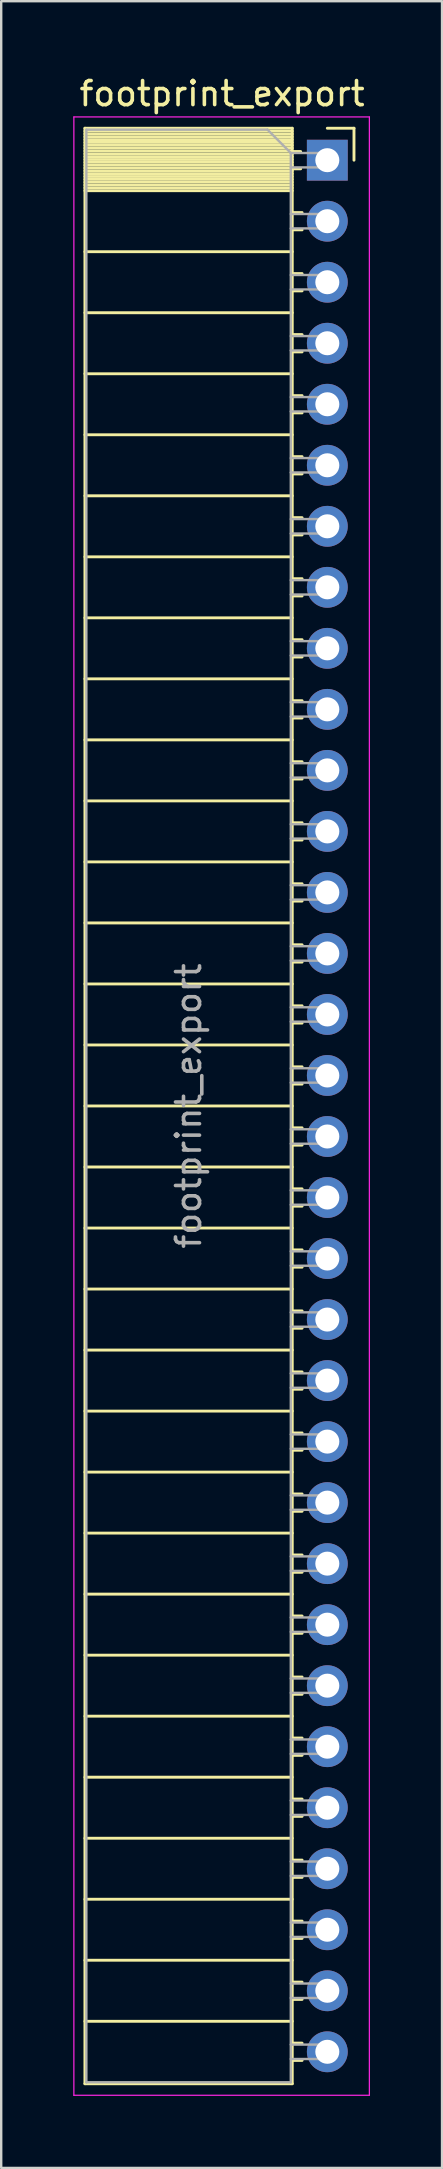
<source format=kicad_pcb>
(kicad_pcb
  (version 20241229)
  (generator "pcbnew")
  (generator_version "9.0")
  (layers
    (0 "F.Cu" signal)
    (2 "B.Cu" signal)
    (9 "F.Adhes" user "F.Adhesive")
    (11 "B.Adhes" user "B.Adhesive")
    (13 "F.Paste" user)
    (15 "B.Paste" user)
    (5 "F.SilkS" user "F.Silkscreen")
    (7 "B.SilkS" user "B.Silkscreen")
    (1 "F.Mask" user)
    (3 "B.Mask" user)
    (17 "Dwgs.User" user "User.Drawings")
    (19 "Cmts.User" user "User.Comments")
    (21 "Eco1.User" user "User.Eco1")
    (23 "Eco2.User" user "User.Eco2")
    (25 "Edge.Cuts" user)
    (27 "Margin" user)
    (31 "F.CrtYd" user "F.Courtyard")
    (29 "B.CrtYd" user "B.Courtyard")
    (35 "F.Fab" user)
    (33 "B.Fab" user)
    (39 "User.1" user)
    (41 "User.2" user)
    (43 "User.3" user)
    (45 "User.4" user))
  (footprint "footprint_export"
    (layer "F.Cu")
    (at 10.575 3.618)
    (property "Reference" "footprint_export" (at -4.38 -2.77 0) (layer "F.SilkS") (effects (font (size 1 1) (thickness 0.15))))
    (attr through_hole)
    (fp_line (start -10.09 -1.33) (end -10.09 80.07) (stroke (width 0.12) (type solid)) (layer "F.SilkS"))
    (fp_line (start -10.09 -1.33) (end -1.46 -1.33) (stroke (width 0.12) (type solid)) (layer "F.SilkS"))
    (fp_line (start -10.09 -1.21) (end -1.46 -1.21) (stroke (width 0.12) (type solid)) (layer "F.SilkS"))
    (fp_line (start -10.09 -1.092) (end -1.46 -1.092) (stroke (width 0.12) (type solid)) (layer "F.SilkS"))
    (fp_line (start -10.09 -0.974) (end -1.46 -0.974) (stroke (width 0.12) (type solid)) (layer "F.SilkS"))
    (fp_line (start -10.09 -0.856) (end -1.46 -0.856) (stroke (width 0.12) (type solid)) (layer "F.SilkS"))
    (fp_line (start -10.09 -0.738) (end -1.46 -0.738) (stroke (width 0.12) (type solid)) (layer "F.SilkS"))
    (fp_line (start -10.09 -0.62) (end -1.46 -0.62) (stroke (width 0.12) (type solid)) (layer "F.SilkS"))
    (fp_line (start -10.09 -0.501) (end -1.46 -0.501) (stroke (width 0.12) (type solid)) (layer "F.SilkS"))
    (fp_line (start -10.09 -0.383) (end -1.46 -0.383) (stroke (width 0.12) (type solid)) (layer "F.SilkS"))
    (fp_line (start -10.09 -0.265) (end -1.46 -0.265) (stroke (width 0.12) (type solid)) (layer "F.SilkS"))
    (fp_line (start -10.09 -0.147) (end -1.46 -0.147) (stroke (width 0.12) (type solid)) (layer "F.SilkS"))
    (fp_line (start -10.09 -0.029) (end -1.46 -0.029) (stroke (width 0.12) (type solid)) (layer "F.SilkS"))
    (fp_line (start -10.09 0.089) (end -1.46 0.089) (stroke (width 0.12) (type solid)) (layer "F.SilkS"))
    (fp_line (start -10.09 0.207) (end -1.46 0.207) (stroke (width 0.12) (type solid)) (layer "F.SilkS"))
    (fp_line (start -10.09 0.325) (end -1.46 0.325) (stroke (width 0.12) (type solid)) (layer "F.SilkS"))
    (fp_line (start -10.09 0.443) (end -1.46 0.443) (stroke (width 0.12) (type solid)) (layer "F.SilkS"))
    (fp_line (start -10.09 0.561) (end -1.46 0.561) (stroke (width 0.12) (type solid)) (layer "F.SilkS"))
    (fp_line (start -10.09 0.68) (end -1.46 0.68) (stroke (width 0.12) (type solid)) (layer "F.SilkS"))
    (fp_line (start -10.09 0.798) (end -1.46 0.798) (stroke (width 0.12) (type solid)) (layer "F.SilkS"))
    (fp_line (start -10.09 0.916) (end -1.46 0.916) (stroke (width 0.12) (type solid)) (layer "F.SilkS"))
    (fp_line (start -10.09 1.034) (end -1.46 1.034) (stroke (width 0.12) (type solid)) (layer "F.SilkS"))
    (fp_line (start -10.09 1.152) (end -1.46 1.152) (stroke (width 0.12) (type solid)) (layer "F.SilkS"))
    (fp_line (start -10.09 1.27) (end -1.46 1.27) (stroke (width 0.12) (type solid)) (layer "F.SilkS"))
    (fp_line (start -10.09 3.81) (end -1.46 3.81) (stroke (width 0.12) (type solid)) (layer "F.SilkS"))
    (fp_line (start -10.09 6.35) (end -1.46 6.35) (stroke (width 0.12) (type solid)) (layer "F.SilkS"))
    (fp_line (start -10.09 8.89) (end -1.46 8.89) (stroke (width 0.12) (type solid)) (layer "F.SilkS"))
    (fp_line (start -10.09 11.43) (end -1.46 11.43) (stroke (width 0.12) (type solid)) (layer "F.SilkS"))
    (fp_line (start -10.09 13.97) (end -1.46 13.97) (stroke (width 0.12) (type solid)) (layer "F.SilkS"))
    (fp_line (start -10.09 16.51) (end -1.46 16.51) (stroke (width 0.12) (type solid)) (layer "F.SilkS"))
    (fp_line (start -10.09 19.05) (end -1.46 19.05) (stroke (width 0.12) (type solid)) (layer "F.SilkS"))
    (fp_line (start -10.09 21.59) (end -1.46 21.59) (stroke (width 0.12) (type solid)) (layer "F.SilkS"))
    (fp_line (start -10.09 24.13) (end -1.46 24.13) (stroke (width 0.12) (type solid)) (layer "F.SilkS"))
    (fp_line (start -10.09 26.67) (end -1.46 26.67) (stroke (width 0.12) (type solid)) (layer "F.SilkS"))
    (fp_line (start -10.09 29.21) (end -1.46 29.21) (stroke (width 0.12) (type solid)) (layer "F.SilkS"))
    (fp_line (start -10.09 31.75) (end -1.46 31.75) (stroke (width 0.12) (type solid)) (layer "F.SilkS"))
    (fp_line (start -10.09 34.29) (end -1.46 34.29) (stroke (width 0.12) (type solid)) (layer "F.SilkS"))
    (fp_line (start -10.09 36.83) (end -1.46 36.83) (stroke (width 0.12) (type solid)) (layer "F.SilkS"))
    (fp_line (start -10.09 39.37) (end -1.46 39.37) (stroke (width 0.12) (type solid)) (layer "F.SilkS"))
    (fp_line (start -10.09 41.91) (end -1.46 41.91) (stroke (width 0.12) (type solid)) (layer "F.SilkS"))
    (fp_line (start -10.09 44.45) (end -1.46 44.45) (stroke (width 0.12) (type solid)) (layer "F.SilkS"))
    (fp_line (start -10.09 46.99) (end -1.46 46.99) (stroke (width 0.12) (type solid)) (layer "F.SilkS"))
    (fp_line (start -10.09 49.53) (end -1.46 49.53) (stroke (width 0.12) (type solid)) (layer "F.SilkS"))
    (fp_line (start -10.09 52.07) (end -1.46 52.07) (stroke (width 0.12) (type solid)) (layer "F.SilkS"))
    (fp_line (start -10.09 54.61) (end -1.46 54.61) (stroke (width 0.12) (type solid)) (layer "F.SilkS"))
    (fp_line (start -10.09 57.15) (end -1.46 57.15) (stroke (width 0.12) (type solid)) (layer "F.SilkS"))
    (fp_line (start -10.09 59.69) (end -1.46 59.69) (stroke (width 0.12) (type solid)) (layer "F.SilkS"))
    (fp_line (start -10.09 62.23) (end -1.46 62.23) (stroke (width 0.12) (type solid)) (layer "F.SilkS"))
    (fp_line (start -10.09 64.77) (end -1.46 64.77) (stroke (width 0.12) (type solid)) (layer "F.SilkS"))
    (fp_line (start -10.09 67.31) (end -1.46 67.31) (stroke (width 0.12) (type solid)) (layer "F.SilkS"))
    (fp_line (start -10.09 69.85) (end -1.46 69.85) (stroke (width 0.12) (type solid)) (layer "F.SilkS"))
    (fp_line (start -10.09 72.39) (end -1.46 72.39) (stroke (width 0.12) (type solid)) (layer "F.SilkS"))
    (fp_line (start -10.09 74.93) (end -1.46 74.93) (stroke (width 0.12) (type solid)) (layer "F.SilkS"))
    (fp_line (start -10.09 77.47) (end -1.46 77.47) (stroke (width 0.12) (type solid)) (layer "F.SilkS"))
    (fp_line (start -10.09 80.07) (end -1.46 80.07) (stroke (width 0.12) (type solid)) (layer "F.SilkS"))
    (fp_line (start -1.46 -1.33) (end -1.46 80.07) (stroke (width 0.12) (type solid)) (layer "F.SilkS"))
    (fp_line (start -1.46 -0.36) (end -1.11 -0.36) (stroke (width 0.12) (type solid)) (layer "F.SilkS"))
    (fp_line (start -1.46 0.36) (end -1.11 0.36) (stroke (width 0.12) (type solid)) (layer "F.SilkS"))
    (fp_line (start -1.46 2.18) (end -1.05 2.18) (stroke (width 0.12) (type solid)) (layer "F.SilkS"))
    (fp_line (start -1.46 2.9) (end -1.05 2.9) (stroke (width 0.12) (type solid)) (layer "F.SilkS"))
    (fp_line (start -1.46 4.72) (end -1.05 4.72) (stroke (width 0.12) (type solid)) (layer "F.SilkS"))
    (fp_line (start -1.46 5.44) (end -1.05 5.44) (stroke (width 0.12) (type solid)) (layer "F.SilkS"))
    (fp_line (start -1.46 7.26) (end -1.05 7.26) (stroke (width 0.12) (type solid)) (layer "F.SilkS"))
    (fp_line (start -1.46 7.98) (end -1.05 7.98) (stroke (width 0.12) (type solid)) (layer "F.SilkS"))
    (fp_line (start -1.46 9.8) (end -1.05 9.8) (stroke (width 0.12) (type solid)) (layer "F.SilkS"))
    (fp_line (start -1.46 10.52) (end -1.05 10.52) (stroke (width 0.12) (type solid)) (layer "F.SilkS"))
    (fp_line (start -1.46 12.34) (end -1.05 12.34) (stroke (width 0.12) (type solid)) (layer "F.SilkS"))
    (fp_line (start -1.46 13.06) (end -1.05 13.06) (stroke (width 0.12) (type solid)) (layer "F.SilkS"))
    (fp_line (start -1.46 14.88) (end -1.05 14.88) (stroke (width 0.12) (type solid)) (layer "F.SilkS"))
    (fp_line (start -1.46 15.6) (end -1.05 15.6) (stroke (width 0.12) (type solid)) (layer "F.SilkS"))
    (fp_line (start -1.46 17.42) (end -1.05 17.42) (stroke (width 0.12) (type solid)) (layer "F.SilkS"))
    (fp_line (start -1.46 18.14) (end -1.05 18.14) (stroke (width 0.12) (type solid)) (layer "F.SilkS"))
    (fp_line (start -1.46 19.96) (end -1.05 19.96) (stroke (width 0.12) (type solid)) (layer "F.SilkS"))
    (fp_line (start -1.46 20.68) (end -1.05 20.68) (stroke (width 0.12) (type solid)) (layer "F.SilkS"))
    (fp_line (start -1.46 22.5) (end -1.05 22.5) (stroke (width 0.12) (type solid)) (layer "F.SilkS"))
    (fp_line (start -1.46 23.22) (end -1.05 23.22) (stroke (width 0.12) (type solid)) (layer "F.SilkS"))
    (fp_line (start -1.46 25.04) (end -1.05 25.04) (stroke (width 0.12) (type solid)) (layer "F.SilkS"))
    (fp_line (start -1.46 25.76) (end -1.05 25.76) (stroke (width 0.12) (type solid)) (layer "F.SilkS"))
    (fp_line (start -1.46 27.58) (end -1.05 27.58) (stroke (width 0.12) (type solid)) (layer "F.SilkS"))
    (fp_line (start -1.46 28.3) (end -1.05 28.3) (stroke (width 0.12) (type solid)) (layer "F.SilkS"))
    (fp_line (start -1.46 30.12) (end -1.05 30.12) (stroke (width 0.12) (type solid)) (layer "F.SilkS"))
    (fp_line (start -1.46 30.84) (end -1.05 30.84) (stroke (width 0.12) (type solid)) (layer "F.SilkS"))
    (fp_line (start -1.46 32.66) (end -1.05 32.66) (stroke (width 0.12) (type solid)) (layer "F.SilkS"))
    (fp_line (start -1.46 33.38) (end -1.05 33.38) (stroke (width 0.12) (type solid)) (layer "F.SilkS"))
    (fp_line (start -1.46 35.2) (end -1.05 35.2) (stroke (width 0.12) (type solid)) (layer "F.SilkS"))
    (fp_line (start -1.46 35.92) (end -1.05 35.92) (stroke (width 0.12) (type solid)) (layer "F.SilkS"))
    (fp_line (start -1.46 37.74) (end -1.05 37.74) (stroke (width 0.12) (type solid)) (layer "F.SilkS"))
    (fp_line (start -1.46 38.46) (end -1.05 38.46) (stroke (width 0.12) (type solid)) (layer "F.SilkS"))
    (fp_line (start -1.46 40.28) (end -1.05 40.28) (stroke (width 0.12) (type solid)) (layer "F.SilkS"))
    (fp_line (start -1.46 41) (end -1.05 41) (stroke (width 0.12) (type solid)) (layer "F.SilkS"))
    (fp_line (start -1.46 42.82) (end -1.05 42.82) (stroke (width 0.12) (type solid)) (layer "F.SilkS"))
    (fp_line (start -1.46 43.54) (end -1.05 43.54) (stroke (width 0.12) (type solid)) (layer "F.SilkS"))
    (fp_line (start -1.46 45.36) (end -1.05 45.36) (stroke (width 0.12) (type solid)) (layer "F.SilkS"))
    (fp_line (start -1.46 46.08) (end -1.05 46.08) (stroke (width 0.12) (type solid)) (layer "F.SilkS"))
    (fp_line (start -1.46 47.9) (end -1.05 47.9) (stroke (width 0.12) (type solid)) (layer "F.SilkS"))
    (fp_line (start -1.46 48.62) (end -1.05 48.62) (stroke (width 0.12) (type solid)) (layer "F.SilkS"))
    (fp_line (start -1.46 50.44) (end -1.05 50.44) (stroke (width 0.12) (type solid)) (layer "F.SilkS"))
    (fp_line (start -1.46 51.16) (end -1.05 51.16) (stroke (width 0.12) (type solid)) (layer "F.SilkS"))
    (fp_line (start -1.46 52.98) (end -1.05 52.98) (stroke (width 0.12) (type solid)) (layer "F.SilkS"))
    (fp_line (start -1.46 53.7) (end -1.05 53.7) (stroke (width 0.12) (type solid)) (layer "F.SilkS"))
    (fp_line (start -1.46 55.52) (end -1.05 55.52) (stroke (width 0.12) (type solid)) (layer "F.SilkS"))
    (fp_line (start -1.46 56.24) (end -1.05 56.24) (stroke (width 0.12) (type solid)) (layer "F.SilkS"))
    (fp_line (start -1.46 58.06) (end -1.05 58.06) (stroke (width 0.12) (type solid)) (layer "F.SilkS"))
    (fp_line (start -1.46 58.78) (end -1.05 58.78) (stroke (width 0.12) (type solid)) (layer "F.SilkS"))
    (fp_line (start -1.46 60.6) (end -1.05 60.6) (stroke (width 0.12) (type solid)) (layer "F.SilkS"))
    (fp_line (start -1.46 61.32) (end -1.05 61.32) (stroke (width 0.12) (type solid)) (layer "F.SilkS"))
    (fp_line (start -1.46 63.14) (end -1.05 63.14) (stroke (width 0.12) (type solid)) (layer "F.SilkS"))
    (fp_line (start -1.46 63.86) (end -1.05 63.86) (stroke (width 0.12) (type solid)) (layer "F.SilkS"))
    (fp_line (start -1.46 65.68) (end -1.05 65.68) (stroke (width 0.12) (type solid)) (layer "F.SilkS"))
    (fp_line (start -1.46 66.4) (end -1.05 66.4) (stroke (width 0.12) (type solid)) (layer "F.SilkS"))
    (fp_line (start -1.46 68.22) (end -1.05 68.22) (stroke (width 0.12) (type solid)) (layer "F.SilkS"))
    (fp_line (start -1.46 68.94) (end -1.05 68.94) (stroke (width 0.12) (type solid)) (layer "F.SilkS"))
    (fp_line (start -1.46 70.76) (end -1.05 70.76) (stroke (width 0.12) (type solid)) (layer "F.SilkS"))
    (fp_line (start -1.46 71.48) (end -1.05 71.48) (stroke (width 0.12) (type solid)) (layer "F.SilkS"))
    (fp_line (start -1.46 73.3) (end -1.05 73.3) (stroke (width 0.12) (type solid)) (layer "F.SilkS"))
    (fp_line (start -1.46 74.02) (end -1.05 74.02) (stroke (width 0.12) (type solid)) (layer "F.SilkS"))
    (fp_line (start -1.46 75.84) (end -1.05 75.84) (stroke (width 0.12) (type solid)) (layer "F.SilkS"))
    (fp_line (start -1.46 76.56) (end -1.05 76.56) (stroke (width 0.12) (type solid)) (layer "F.SilkS"))
    (fp_line (start -1.46 78.38) (end -1.05 78.38) (stroke (width 0.12) (type solid)) (layer "F.SilkS"))
    (fp_line (start -1.46 79.1) (end -1.05 79.1) (stroke (width 0.12) (type solid)) (layer "F.SilkS"))
    (fp_line (start 0 -1.33) (end 1.11 -1.33) (stroke (width 0.12) (type solid)) (layer "F.SilkS"))
    (fp_line (start 1.11 -1.33) (end 1.11 0) (stroke (width 0.12) (type solid)) (layer "F.SilkS"))
    (fp_line (start -10.55 -1.8) (end -10.55 80.55) (stroke (width 0.05) (type solid)) (layer "F.CrtYd"))
    (fp_line (start -10.55 80.55) (end 1.75 80.55) (stroke (width 0.05) (type solid)) (layer "F.CrtYd"))
    (fp_line (start 1.75 -1.8) (end -10.55 -1.8) (stroke (width 0.05) (type solid)) (layer "F.CrtYd"))
    (fp_line (start 1.75 80.55) (end 1.75 -1.8) (stroke (width 0.05) (type solid)) (layer "F.CrtYd"))
    (fp_line (start -10.03 -1.27) (end -2.49 -1.27) (stroke (width 0.1) (type solid)) (layer "F.Fab"))
    (fp_line (start -10.03 80.01) (end -10.03 -1.27) (stroke (width 0.1) (type solid)) (layer "F.Fab"))
    (fp_line (start -2.49 -1.27) (end -1.52 -0.3) (stroke (width 0.1) (type solid)) (layer "F.Fab"))
    (fp_line (start -1.52 -0.3) (end -1.52 80.01) (stroke (width 0.1) (type solid)) (layer "F.Fab"))
    (fp_line (start -1.52 0.3) (end 0 0.3) (stroke (width 0.1) (type solid)) (layer "F.Fab"))
    (fp_line (start -1.52 2.84) (end 0 2.84) (stroke (width 0.1) (type solid)) (layer "F.Fab"))
    (fp_line (start -1.52 5.38) (end 0 5.38) (stroke (width 0.1) (type solid)) (layer "F.Fab"))
    (fp_line (start -1.52 7.92) (end 0 7.92) (stroke (width 0.1) (type solid)) (layer "F.Fab"))
    (fp_line (start -1.52 10.46) (end 0 10.46) (stroke (width 0.1) (type solid)) (layer "F.Fab"))
    (fp_line (start -1.52 13) (end 0 13) (stroke (width 0.1) (type solid)) (layer "F.Fab"))
    (fp_line (start -1.52 15.54) (end 0 15.54) (stroke (width 0.1) (type solid)) (layer "F.Fab"))
    (fp_line (start -1.52 18.08) (end 0 18.08) (stroke (width 0.1) (type solid)) (layer "F.Fab"))
    (fp_line (start -1.52 20.62) (end 0 20.62) (stroke (width 0.1) (type solid)) (layer "F.Fab"))
    (fp_line (start -1.52 23.16) (end 0 23.16) (stroke (width 0.1) (type solid)) (layer "F.Fab"))
    (fp_line (start -1.52 25.7) (end 0 25.7) (stroke (width 0.1) (type solid)) (layer "F.Fab"))
    (fp_line (start -1.52 28.24) (end 0 28.24) (stroke (width 0.1) (type solid)) (layer "F.Fab"))
    (fp_line (start -1.52 30.78) (end 0 30.78) (stroke (width 0.1) (type solid)) (layer "F.Fab"))
    (fp_line (start -1.52 33.32) (end 0 33.32) (stroke (width 0.1) (type solid)) (layer "F.Fab"))
    (fp_line (start -1.52 35.86) (end 0 35.86) (stroke (width 0.1) (type solid)) (layer "F.Fab"))
    (fp_line (start -1.52 38.4) (end 0 38.4) (stroke (width 0.1) (type solid)) (layer "F.Fab"))
    (fp_line (start -1.52 40.94) (end 0 40.94) (stroke (width 0.1) (type solid)) (layer "F.Fab"))
    (fp_line (start -1.52 43.48) (end 0 43.48) (stroke (width 0.1) (type solid)) (layer "F.Fab"))
    (fp_line (start -1.52 46.02) (end 0 46.02) (stroke (width 0.1) (type solid)) (layer "F.Fab"))
    (fp_line (start -1.52 48.56) (end 0 48.56) (stroke (width 0.1) (type solid)) (layer "F.Fab"))
    (fp_line (start -1.52 51.1) (end 0 51.1) (stroke (width 0.1) (type solid)) (layer "F.Fab"))
    (fp_line (start -1.52 53.64) (end 0 53.64) (stroke (width 0.1) (type solid)) (layer "F.Fab"))
    (fp_line (start -1.52 56.18) (end 0 56.18) (stroke (width 0.1) (type solid)) (layer "F.Fab"))
    (fp_line (start -1.52 58.72) (end 0 58.72) (stroke (width 0.1) (type solid)) (layer "F.Fab"))
    (fp_line (start -1.52 61.26) (end 0 61.26) (stroke (width 0.1) (type solid)) (layer "F.Fab"))
    (fp_line (start -1.52 63.8) (end 0 63.8) (stroke (width 0.1) (type solid)) (layer "F.Fab"))
    (fp_line (start -1.52 66.34) (end 0 66.34) (stroke (width 0.1) (type solid)) (layer "F.Fab"))
    (fp_line (start -1.52 68.88) (end 0 68.88) (stroke (width 0.1) (type solid)) (layer "F.Fab"))
    (fp_line (start -1.52 71.42) (end 0 71.42) (stroke (width 0.1) (type solid)) (layer "F.Fab"))
    (fp_line (start -1.52 73.96) (end 0 73.96) (stroke (width 0.1) (type solid)) (layer "F.Fab"))
    (fp_line (start -1.52 76.5) (end 0 76.5) (stroke (width 0.1) (type solid)) (layer "F.Fab"))
    (fp_line (start -1.52 79.04) (end 0 79.04) (stroke (width 0.1) (type solid)) (layer "F.Fab"))
    (fp_line (start -1.52 80.01) (end -10.03 80.01) (stroke (width 0.1) (type solid)) (layer "F.Fab"))
    (fp_line (start 0 -0.3) (end -1.52 -0.3) (stroke (width 0.1) (type solid)) (layer "F.Fab"))
    (fp_line (start 0 0.3) (end 0 -0.3) (stroke (width 0.1) (type solid)) (layer "F.Fab"))
    (fp_line (start 0 2.24) (end -1.52 2.24) (stroke (width 0.1) (type solid)) (layer "F.Fab"))
    (fp_line (start 0 2.84) (end 0 2.24) (stroke (width 0.1) (type solid)) (layer "F.Fab"))
    (fp_line (start 0 4.78) (end -1.52 4.78) (stroke (width 0.1) (type solid)) (layer "F.Fab"))
    (fp_line (start 0 5.38) (end 0 4.78) (stroke (width 0.1) (type solid)) (layer "F.Fab"))
    (fp_line (start 0 7.32) (end -1.52 7.32) (stroke (width 0.1) (type solid)) (layer "F.Fab"))
    (fp_line (start 0 7.92) (end 0 7.32) (stroke (width 0.1) (type solid)) (layer "F.Fab"))
    (fp_line (start 0 9.86) (end -1.52 9.86) (stroke (width 0.1) (type solid)) (layer "F.Fab"))
    (fp_line (start 0 10.46) (end 0 9.86) (stroke (width 0.1) (type solid)) (layer "F.Fab"))
    (fp_line (start 0 12.4) (end -1.52 12.4) (stroke (width 0.1) (type solid)) (layer "F.Fab"))
    (fp_line (start 0 13) (end 0 12.4) (stroke (width 0.1) (type solid)) (layer "F.Fab"))
    (fp_line (start 0 14.94) (end -1.52 14.94) (stroke (width 0.1) (type solid)) (layer "F.Fab"))
    (fp_line (start 0 15.54) (end 0 14.94) (stroke (width 0.1) (type solid)) (layer "F.Fab"))
    (fp_line (start 0 17.48) (end -1.52 17.48) (stroke (width 0.1) (type solid)) (layer "F.Fab"))
    (fp_line (start 0 18.08) (end 0 17.48) (stroke (width 0.1) (type solid)) (layer "F.Fab"))
    (fp_line (start 0 20.02) (end -1.52 20.02) (stroke (width 0.1) (type solid)) (layer "F.Fab"))
    (fp_line (start 0 20.62) (end 0 20.02) (stroke (width 0.1) (type solid)) (layer "F.Fab"))
    (fp_line (start 0 22.56) (end -1.52 22.56) (stroke (width 0.1) (type solid)) (layer "F.Fab"))
    (fp_line (start 0 23.16) (end 0 22.56) (stroke (width 0.1) (type solid)) (layer "F.Fab"))
    (fp_line (start 0 25.1) (end -1.52 25.1) (stroke (width 0.1) (type solid)) (layer "F.Fab"))
    (fp_line (start 0 25.7) (end 0 25.1) (stroke (width 0.1) (type solid)) (layer "F.Fab"))
    (fp_line (start 0 27.64) (end -1.52 27.64) (stroke (width 0.1) (type solid)) (layer "F.Fab"))
    (fp_line (start 0 28.24) (end 0 27.64) (stroke (width 0.1) (type solid)) (layer "F.Fab"))
    (fp_line (start 0 30.18) (end -1.52 30.18) (stroke (width 0.1) (type solid)) (layer "F.Fab"))
    (fp_line (start 0 30.78) (end 0 30.18) (stroke (width 0.1) (type solid)) (layer "F.Fab"))
    (fp_line (start 0 32.72) (end -1.52 32.72) (stroke (width 0.1) (type solid)) (layer "F.Fab"))
    (fp_line (start 0 33.32) (end 0 32.72) (stroke (width 0.1) (type solid)) (layer "F.Fab"))
    (fp_line (start 0 35.26) (end -1.52 35.26) (stroke (width 0.1) (type solid)) (layer "F.Fab"))
    (fp_line (start 0 35.86) (end 0 35.26) (stroke (width 0.1) (type solid)) (layer "F.Fab"))
    (fp_line (start 0 37.8) (end -1.52 37.8) (stroke (width 0.1) (type solid)) (layer "F.Fab"))
    (fp_line (start 0 38.4) (end 0 37.8) (stroke (width 0.1) (type solid)) (layer "F.Fab"))
    (fp_line (start 0 40.34) (end -1.52 40.34) (stroke (width 0.1) (type solid)) (layer "F.Fab"))
    (fp_line (start 0 40.94) (end 0 40.34) (stroke (width 0.1) (type solid)) (layer "F.Fab"))
    (fp_line (start 0 42.88) (end -1.52 42.88) (stroke (width 0.1) (type solid)) (layer "F.Fab"))
    (fp_line (start 0 43.48) (end 0 42.88) (stroke (width 0.1) (type solid)) (layer "F.Fab"))
    (fp_line (start 0 45.42) (end -1.52 45.42) (stroke (width 0.1) (type solid)) (layer "F.Fab"))
    (fp_line (start 0 46.02) (end 0 45.42) (stroke (width 0.1) (type solid)) (layer "F.Fab"))
    (fp_line (start 0 47.96) (end -1.52 47.96) (stroke (width 0.1) (type solid)) (layer "F.Fab"))
    (fp_line (start 0 48.56) (end 0 47.96) (stroke (width 0.1) (type solid)) (layer "F.Fab"))
    (fp_line (start 0 50.5) (end -1.52 50.5) (stroke (width 0.1) (type solid)) (layer "F.Fab"))
    (fp_line (start 0 51.1) (end 0 50.5) (stroke (width 0.1) (type solid)) (layer "F.Fab"))
    (fp_line (start 0 53.04) (end -1.52 53.04) (stroke (width 0.1) (type solid)) (layer "F.Fab"))
    (fp_line (start 0 53.64) (end 0 53.04) (stroke (width 0.1) (type solid)) (layer "F.Fab"))
    (fp_line (start 0 55.58) (end -1.52 55.58) (stroke (width 0.1) (type solid)) (layer "F.Fab"))
    (fp_line (start 0 56.18) (end 0 55.58) (stroke (width 0.1) (type solid)) (layer "F.Fab"))
    (fp_line (start 0 58.12) (end -1.52 58.12) (stroke (width 0.1) (type solid)) (layer "F.Fab"))
    (fp_line (start 0 58.72) (end 0 58.12) (stroke (width 0.1) (type solid)) (layer "F.Fab"))
    (fp_line (start 0 60.66) (end -1.52 60.66) (stroke (width 0.1) (type solid)) (layer "F.Fab"))
    (fp_line (start 0 61.26) (end 0 60.66) (stroke (width 0.1) (type solid)) (layer "F.Fab"))
    (fp_line (start 0 63.2) (end -1.52 63.2) (stroke (width 0.1) (type solid)) (layer "F.Fab"))
    (fp_line (start 0 63.8) (end 0 63.2) (stroke (width 0.1) (type solid)) (layer "F.Fab"))
    (fp_line (start 0 65.74) (end -1.52 65.74) (stroke (width 0.1) (type solid)) (layer "F.Fab"))
    (fp_line (start 0 66.34) (end 0 65.74) (stroke (width 0.1) (type solid)) (layer "F.Fab"))
    (fp_line (start 0 68.28) (end -1.52 68.28) (stroke (width 0.1) (type solid)) (layer "F.Fab"))
    (fp_line (start 0 68.88) (end 0 68.28) (stroke (width 0.1) (type solid)) (layer "F.Fab"))
    (fp_line (start 0 70.82) (end -1.52 70.82) (stroke (width 0.1) (type solid)) (layer "F.Fab"))
    (fp_line (start 0 71.42) (end 0 70.82) (stroke (width 0.1) (type solid)) (layer "F.Fab"))
    (fp_line (start 0 73.36) (end -1.52 73.36) (stroke (width 0.1) (type solid)) (layer "F.Fab"))
    (fp_line (start 0 73.96) (end 0 73.36) (stroke (width 0.1) (type solid)) (layer "F.Fab"))
    (fp_line (start 0 75.9) (end -1.52 75.9) (stroke (width 0.1) (type solid)) (layer "F.Fab"))
    (fp_line (start 0 76.5) (end 0 75.9) (stroke (width 0.1) (type solid)) (layer "F.Fab"))
    (fp_line (start 0 78.44) (end -1.52 78.44) (stroke (width 0.1) (type solid)) (layer "F.Fab"))
    (fp_line (start 0 79.04) (end 0 78.44) (stroke (width 0.1) (type solid)) (layer "F.Fab"))
    (fp_text user "${REFERENCE}" (at -5.775 39.37 90) (layer "F.Fab") (effects (font (size 1 1) (thickness 0.15))))
    (pad "1" thru_hole rect (at 0 0) (size 1.7 1.7) (drill 1) (layers "*.Cu" "*.Mask"))
    (pad "2" thru_hole oval (at 0 2.54) (size 1.7 1.7) (drill 1) (layers "*.Cu" "*.Mask"))
    (pad "3" thru_hole oval (at 0 5.08) (size 1.7 1.7) (drill 1) (layers "*.Cu" "*.Mask"))
    (pad "4" thru_hole oval (at 0 7.62) (size 1.7 1.7) (drill 1) (layers "*.Cu" "*.Mask"))
    (pad "5" thru_hole oval (at 0 10.16) (size 1.7 1.7) (drill 1) (layers "*.Cu" "*.Mask"))
    (pad "6" thru_hole oval (at 0 12.7) (size 1.7 1.7) (drill 1) (layers "*.Cu" "*.Mask"))
    (pad "7" thru_hole oval (at 0 15.24) (size 1.7 1.7) (drill 1) (layers "*.Cu" "*.Mask"))
    (pad "8" thru_hole oval (at 0 17.78) (size 1.7 1.7) (drill 1) (layers "*.Cu" "*.Mask"))
    (pad "9" thru_hole oval (at 0 20.32) (size 1.7 1.7) (drill 1) (layers "*.Cu" "*.Mask"))
    (pad "10" thru_hole oval (at 0 22.86) (size 1.7 1.7) (drill 1) (layers "*.Cu" "*.Mask"))
    (pad "11" thru_hole oval (at 0 25.4) (size 1.7 1.7) (drill 1) (layers "*.Cu" "*.Mask"))
    (pad "12" thru_hole oval (at 0 27.94) (size 1.7 1.7) (drill 1) (layers "*.Cu" "*.Mask"))
    (pad "13" thru_hole oval (at 0 30.48) (size 1.7 1.7) (drill 1) (layers "*.Cu" "*.Mask"))
    (pad "14" thru_hole oval (at 0 33.02) (size 1.7 1.7) (drill 1) (layers "*.Cu" "*.Mask"))
    (pad "15" thru_hole oval (at 0 35.56) (size 1.7 1.7) (drill 1) (layers "*.Cu" "*.Mask"))
    (pad "16" thru_hole oval (at 0 38.1) (size 1.7 1.7) (drill 1) (layers "*.Cu" "*.Mask"))
    (pad "17" thru_hole oval (at 0 40.64) (size 1.7 1.7) (drill 1) (layers "*.Cu" "*.Mask"))
    (pad "18" thru_hole oval (at 0 43.18) (size 1.7 1.7) (drill 1) (layers "*.Cu" "*.Mask"))
    (pad "19" thru_hole oval (at 0 45.72) (size 1.7 1.7) (drill 1) (layers "*.Cu" "*.Mask"))
    (pad "20" thru_hole oval (at 0 48.26) (size 1.7 1.7) (drill 1) (layers "*.Cu" "*.Mask"))
    (pad "21" thru_hole oval (at 0 50.8) (size 1.7 1.7) (drill 1) (layers "*.Cu" "*.Mask"))
    (pad "22" thru_hole oval (at 0 53.34) (size 1.7 1.7) (drill 1) (layers "*.Cu" "*.Mask"))
    (pad "23" thru_hole oval (at 0 55.88) (size 1.7 1.7) (drill 1) (layers "*.Cu" "*.Mask"))
    (pad "24" thru_hole oval (at 0 58.42) (size 1.7 1.7) (drill 1) (layers "*.Cu" "*.Mask"))
    (pad "25" thru_hole oval (at 0 60.96) (size 1.7 1.7) (drill 1) (layers "*.Cu" "*.Mask"))
    (pad "26" thru_hole oval (at 0 63.5) (size 1.7 1.7) (drill 1) (layers "*.Cu" "*.Mask"))
    (pad "27" thru_hole oval (at 0 66.04) (size 1.7 1.7) (drill 1) (layers "*.Cu" "*.Mask"))
    (pad "28" thru_hole oval (at 0 68.58) (size 1.7 1.7) (drill 1) (layers "*.Cu" "*.Mask"))
    (pad "29" thru_hole oval (at 0 71.12) (size 1.7 1.7) (drill 1) (layers "*.Cu" "*.Mask"))
    (pad "30" thru_hole oval (at 0 73.66) (size 1.7 1.7) (drill 1) (layers "*.Cu" "*.Mask"))
    (pad "31" thru_hole oval (at 0 76.2) (size 1.7 1.7) (drill 1) (layers "*.Cu" "*.Mask"))
    (pad "32" thru_hole oval (at 0 78.74) (size 1.7 1.7) (drill 1) (layers "*.Cu" "*.Mask")))
  (gr_rect
    (start -3 -3)
    (end 15.35 87.193)
    (stroke (width 0.1) (type default))
    (fill no)
    (layer "Edge.Cuts")))
</source>
